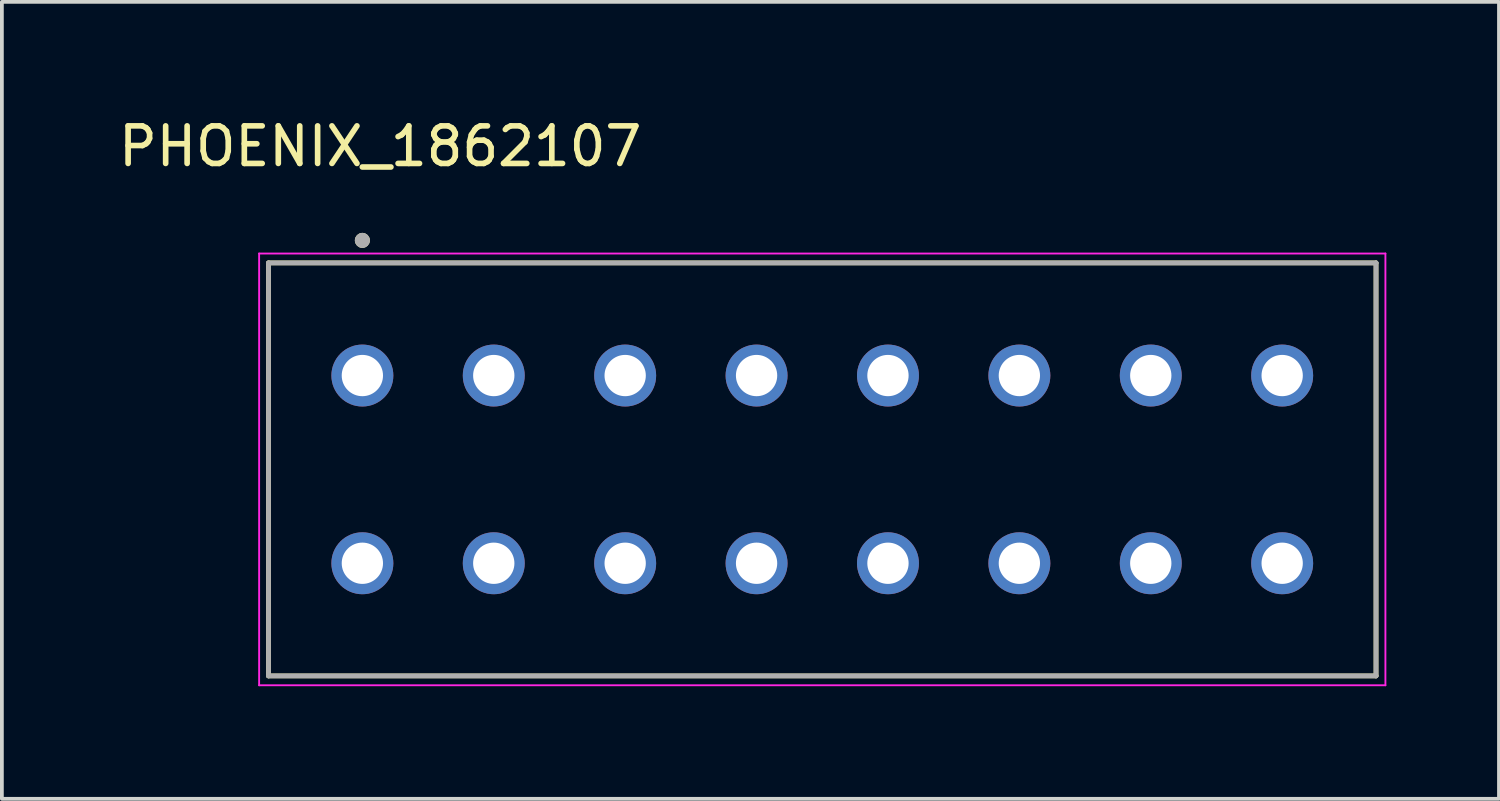
<source format=kicad_pcb>
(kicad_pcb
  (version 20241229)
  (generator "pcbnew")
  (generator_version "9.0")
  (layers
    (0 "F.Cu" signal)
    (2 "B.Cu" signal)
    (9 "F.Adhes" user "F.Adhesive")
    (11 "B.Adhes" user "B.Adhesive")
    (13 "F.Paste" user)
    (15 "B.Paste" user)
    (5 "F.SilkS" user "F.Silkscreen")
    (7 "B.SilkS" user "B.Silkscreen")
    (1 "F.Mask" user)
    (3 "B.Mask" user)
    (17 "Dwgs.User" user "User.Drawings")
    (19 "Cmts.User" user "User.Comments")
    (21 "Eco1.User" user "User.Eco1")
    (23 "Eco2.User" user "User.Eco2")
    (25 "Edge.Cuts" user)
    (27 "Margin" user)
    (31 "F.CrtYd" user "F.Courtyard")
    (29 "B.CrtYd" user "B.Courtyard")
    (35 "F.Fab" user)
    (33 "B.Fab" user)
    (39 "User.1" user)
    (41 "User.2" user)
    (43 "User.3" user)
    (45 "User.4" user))
  (footprint "PHOENIX_1862107"
    (layer "F.Cu")
    (at 4.102 14.953)
    (property "Reference" "PHOENIX_1862107" (at 2.975 -14.105 0) (layer "F.SilkS") (effects (font (size 1 1) (thickness 0.15))))
    (attr through_hole)
    (fp_line (start 0 -11) (end 29.5 -11) (stroke (width 0.127) (type solid)) (layer "F.SilkS"))
    (fp_line (start 0 0) (end 0 -11) (stroke (width 0.127) (type solid)) (layer "F.SilkS"))
    (fp_line (start 29.5 -11) (end 29.5 0) (stroke (width 0.127) (type solid)) (layer "F.SilkS"))
    (fp_line (start 29.5 0) (end 0 0) (stroke (width 0.127) (type solid)) (layer "F.SilkS"))
    (fp_circle (center 2.5 -11.6) (end 2.6 -11.6) (stroke (width 0.2) (type solid)) (fill no) (layer "F.SilkS"))
    (fp_line (start -0.25 -11.25) (end -0.25 0.25) (stroke (width 0.05) (type solid)) (layer "F.CrtYd"))
    (fp_line (start -0.25 0.25) (end 29.75 0.25) (stroke (width 0.05) (type solid)) (layer "F.CrtYd"))
    (fp_line (start 29.75 -11.25) (end -0.25 -11.25) (stroke (width 0.05) (type solid)) (layer "F.CrtYd"))
    (fp_line (start 29.75 0.25) (end 29.75 -11.25) (stroke (width 0.05) (type solid)) (layer "F.CrtYd"))
    (fp_line (start 0 -11) (end 29.5 -11) (stroke (width 0.127) (type solid)) (layer "F.Fab"))
    (fp_line (start 0 0) (end 0 -11) (stroke (width 0.127) (type solid)) (layer "F.Fab"))
    (fp_line (start 29.5 -11) (end 29.5 0) (stroke (width 0.127) (type solid)) (layer "F.Fab"))
    (fp_line (start 29.5 0) (end 0 0) (stroke (width 0.127) (type solid)) (layer "F.Fab"))
    (fp_circle (center 2.5 -11.6) (end 2.6 -11.6) (stroke (width 0.2) (type solid)) (fill no) (layer "F.Fab"))
    (pad "1_1" thru_hole circle (at 2.5 -8) (size 1.65 1.65) (drill 1.1) (layers "*.Cu" "*.Mask"))
    (pad "1_2" thru_hole circle (at 2.5 -3) (size 1.65 1.65) (drill 1.1) (layers "*.Cu" "*.Mask"))
    (pad "2_1" thru_hole circle (at 6 -8) (size 1.65 1.65) (drill 1.1) (layers "*.Cu" "*.Mask"))
    (pad "2_2" thru_hole circle (at 6 -3) (size 1.65 1.65) (drill 1.1) (layers "*.Cu" "*.Mask"))
    (pad "3_1" thru_hole circle (at 9.5 -8) (size 1.65 1.65) (drill 1.1) (layers "*.Cu" "*.Mask"))
    (pad "3_2" thru_hole circle (at 9.5 -3) (size 1.65 1.65) (drill 1.1) (layers "*.Cu" "*.Mask"))
    (pad "4_1" thru_hole circle (at 13 -8) (size 1.65 1.65) (drill 1.1) (layers "*.Cu" "*.Mask"))
    (pad "4_2" thru_hole circle (at 13 -3) (size 1.65 1.65) (drill 1.1) (layers "*.Cu" "*.Mask"))
    (pad "5_1" thru_hole circle (at 16.5 -8) (size 1.65 1.65) (drill 1.1) (layers "*.Cu" "*.Mask"))
    (pad "5_2" thru_hole circle (at 16.5 -3) (size 1.65 1.65) (drill 1.1) (layers "*.Cu" "*.Mask"))
    (pad "6_1" thru_hole circle (at 20 -8) (size 1.65 1.65) (drill 1.1) (layers "*.Cu" "*.Mask"))
    (pad "6_2" thru_hole circle (at 20 -3) (size 1.65 1.65) (drill 1.1) (layers "*.Cu" "*.Mask"))
    (pad "7_1" thru_hole circle (at 23.5 -8) (size 1.65 1.65) (drill 1.1) (layers "*.Cu" "*.Mask"))
    (pad "7_2" thru_hole circle (at 23.5 -3) (size 1.65 1.65) (drill 1.1) (layers "*.Cu" "*.Mask"))
    (pad "8_1" thru_hole circle (at 27 -8) (size 1.65 1.65) (drill 1.1) (layers "*.Cu" "*.Mask"))
    (pad "8_2" thru_hole circle (at 27 -3) (size 1.65 1.65) (drill 1.1) (layers "*.Cu" "*.Mask")))
  (gr_rect
    (start -3 -3)
    (end 36.877 18.228)
    (stroke (width 0.1) (type default))
    (fill no)
    (layer "Edge.Cuts")))
</source>
